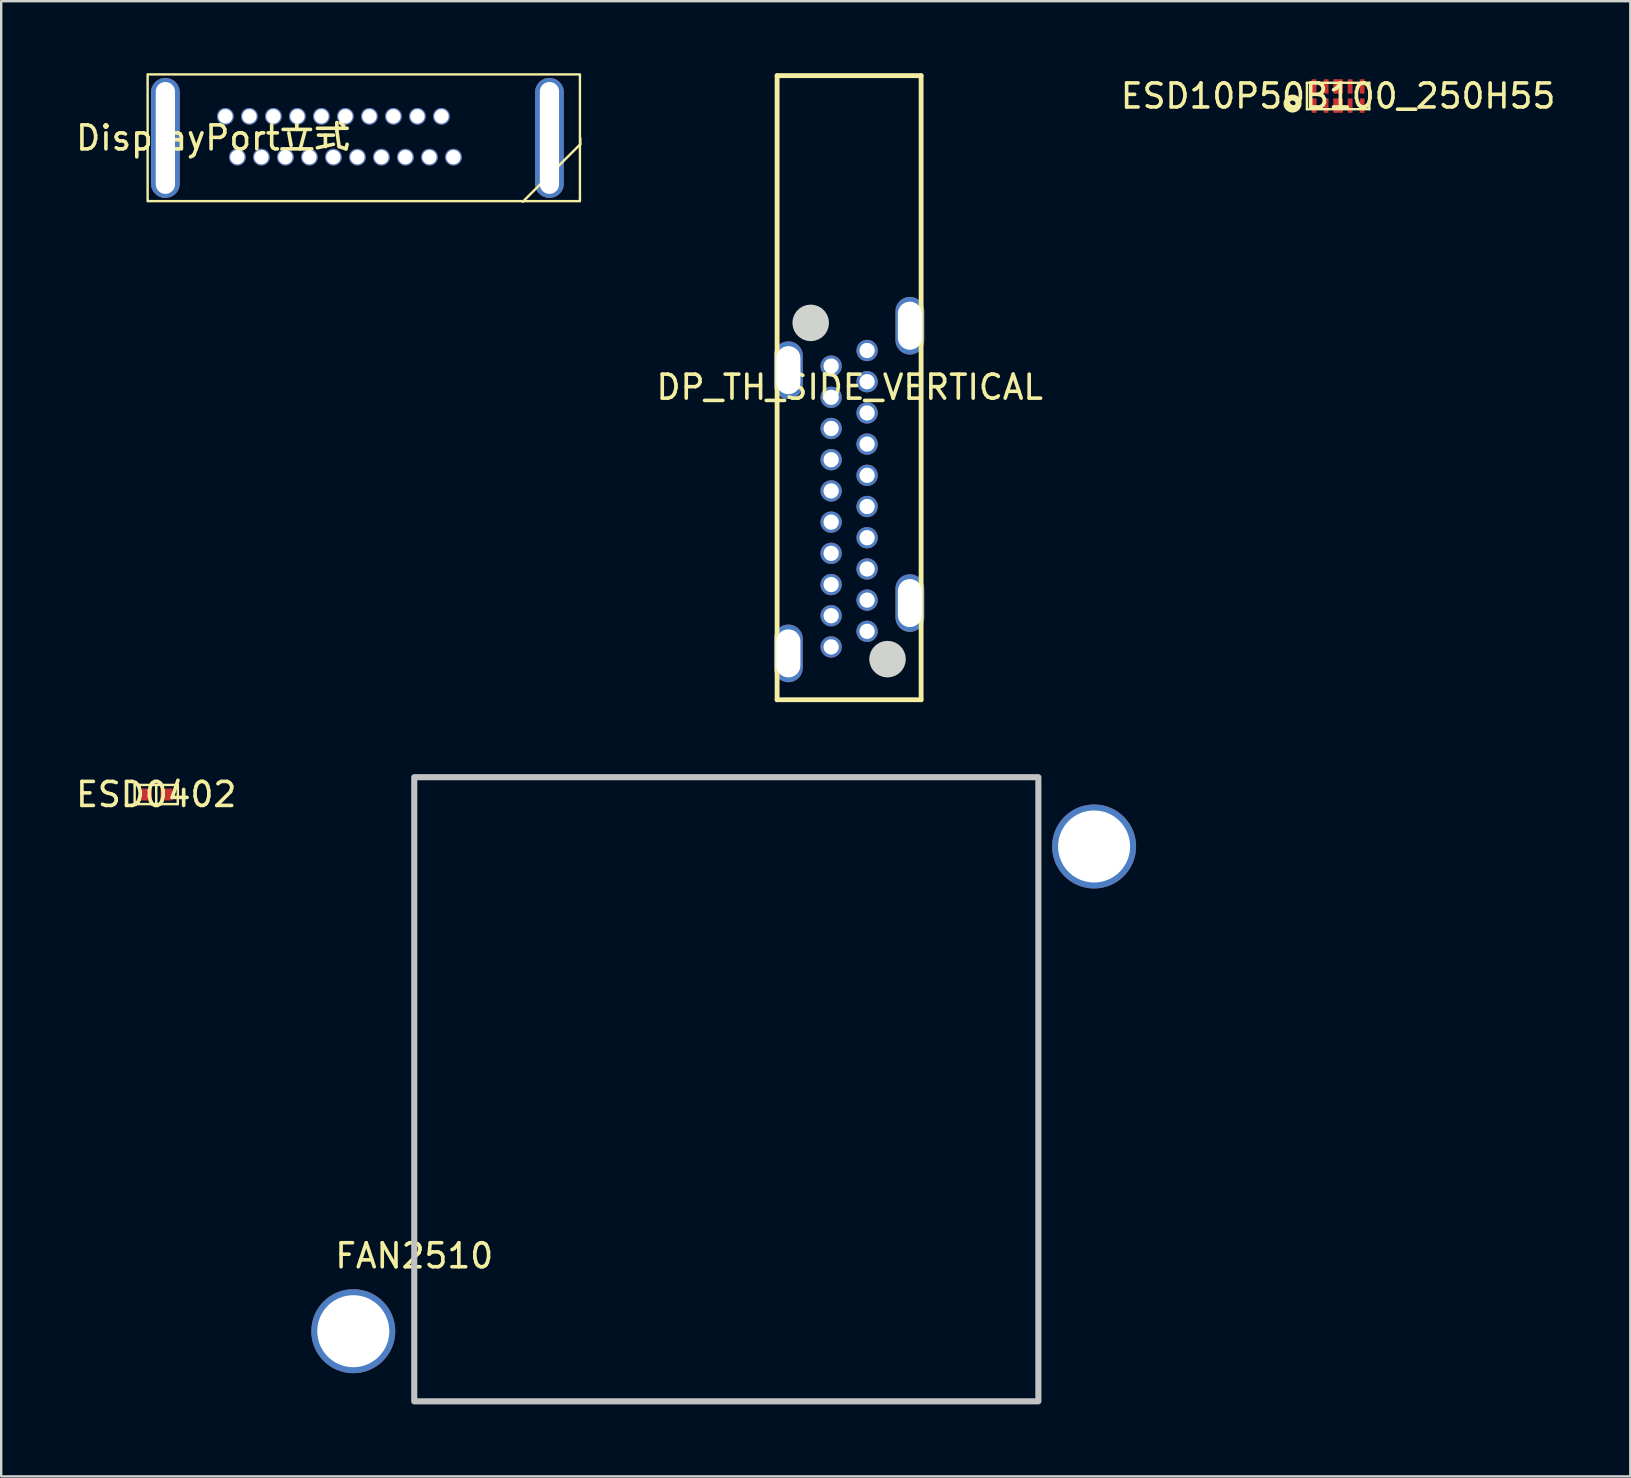
<source format=kicad_pcb>
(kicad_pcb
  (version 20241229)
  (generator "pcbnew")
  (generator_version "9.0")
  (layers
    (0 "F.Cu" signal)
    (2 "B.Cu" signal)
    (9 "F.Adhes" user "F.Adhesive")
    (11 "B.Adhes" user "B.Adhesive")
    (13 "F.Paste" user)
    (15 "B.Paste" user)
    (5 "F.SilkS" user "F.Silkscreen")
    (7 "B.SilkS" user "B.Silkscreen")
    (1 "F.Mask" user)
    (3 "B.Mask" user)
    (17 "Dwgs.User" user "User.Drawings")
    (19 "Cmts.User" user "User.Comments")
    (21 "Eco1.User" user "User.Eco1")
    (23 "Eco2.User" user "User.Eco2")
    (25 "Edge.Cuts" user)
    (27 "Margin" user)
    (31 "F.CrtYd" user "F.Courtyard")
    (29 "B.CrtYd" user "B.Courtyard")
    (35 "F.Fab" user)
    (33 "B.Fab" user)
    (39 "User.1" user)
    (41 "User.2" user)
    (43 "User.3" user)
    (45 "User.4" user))
  (footprint "FAN2510"
    (layer "F.Cu")
    (at 14.207 49.266)
    (property "Reference" "FAN2510" (at 0 0 0) (layer "F.SilkS") (effects (font (size 1 1) (thickness 0.15))))
    (fp_rect (start 0 -19.939) (end 26 6.061) (stroke (width 0.254) (type default)) (fill no) (layer "Dwgs.User"))
    (pad "1" thru_hole circle (at 28.321 -17.053) (size 3.5 3.5) (drill 3) (layers "*.Cu" "*.Mask"))
    (pad "2" thru_hole circle (at -2.54 3.14) (size 3.5 3.5) (drill 3) (layers "*.Cu" "*.Mask")))
  (footprint "ESD0402"
    (layer "F.Cu")
    (at 3.458 30.048)
    (property "Reference" "ESD0402" (at 0 0 0) (layer "F.SilkS") (effects (font (size 1 1) (thickness 0.15))))
    (fp_line (start -0.899 -0.399) (end 0.899 -0.399) (stroke (width 0.102) (type default)) (layer "F.SilkS"))
    (fp_line (start -0.899 0.399) (end -0.899 -0.399) (stroke (width 0.102) (type default)) (layer "F.SilkS"))
    (fp_line (start -0.899 0.399) (end 0.899 0.399) (stroke (width 0.102) (type default)) (layer "F.SilkS"))
    (fp_line (start 0 0.399) (end 0 -0.399) (stroke (width 0.102) (type default)) (layer "F.SilkS"))
    (fp_line (start 0.899 0.399) (end 0.899 -0.399) (stroke (width 0.102) (type default)) (layer "F.SilkS"))
    (fp_line (start -0.899 -0.399) (end 0.899 -0.399) (stroke (width 0.025) (type default)) (layer "User.1"))
    (fp_line (start -0.899 0.399) (end -0.899 -0.399) (stroke (width 0.025) (type default)) (layer "User.1"))
    (fp_line (start -0.899 0.399) (end 0.899 0.399) (stroke (width 0.025) (type default)) (layer "User.1"))
    (fp_line (start 0.899 0.399) (end 0.899 -0.399) (stroke (width 0.025) (type default)) (layer "User.1"))
    (fp_poly (pts (xy -0.899 0.399) (xy 0.899 0.399) (xy 0.899 -0.399) (xy -0.899 -0.399)) (stroke (width 0.1) (type default)) (fill no) (layer "User.1"))
    (fp_poly (pts (xy -0.899 0.399) (xy 0.899 0.399) (xy 0.899 -0.399) (xy -0.899 -0.399)) (stroke (width 0.1) (type default)) (fill no) (layer "User.1"))
    (pad "1" smd rect (at -0.424 0) (size 0.5 0.5) (layers "F.Cu" "F.Mask" "F.Paste"))
    (pad "2" smd rect (at 0.424 0) (size 0.5 0.5) (layers "F.Cu" "F.Mask" "F.Paste")))
  (footprint "DP_TH_SIDE_VERTICAL"
    (layer "F.Cu")
    (at 32.348 13.08)
    (property "Reference" "DP_TH_SIDE_VERTICAL" (at 0 0 0) (layer "F.SilkS") (effects (font (size 1 1) (thickness 0.15))))
    (fp_line (start -3.025 -12.979) (end 2.974 -12.979) (stroke (width 0.201) (type default)) (layer "F.SilkS"))
    (fp_line (start -3.025 13.02) (end -3.025 -12.979) (stroke (width 0.201) (type default)) (layer "F.SilkS"))
    (fp_line (start -3.025 13.02) (end 2.974 13.02) (stroke (width 0.201) (type default)) (layer "F.SilkS"))
    (fp_line (start 2.974 13.02) (end 2.974 -12.979) (stroke (width 0.201) (type default)) (layer "F.SilkS"))
    (fp_poly (pts (xy -0.864 -2.679) (xy -0.883 -2.849) (xy -0.939 -3.01) (xy -1.03 -3.155) (xy -1.15 -3.275) (xy -1.295 -3.366) (xy -1.456 -3.422) (xy -1.625 -3.442) (xy -1.795 -3.422) (xy -1.956 -3.366) (xy -2.101 -3.275) (xy -2.221 -3.155) (xy -2.312 -3.01) (xy -2.368 -2.849) (xy -2.388 -2.679) (xy -2.368 -2.51) (xy -2.312 -2.349) (xy -2.221 -2.204) (xy -2.101 -2.084) (xy -1.956 -1.993) (xy -1.795 -1.937) (xy -1.625 -1.917) (xy -1.456 -1.937) (xy -1.295 -1.993) (xy -1.15 -2.084) (xy -1.03 -2.204) (xy -0.939 -2.349) (xy -0.883 -2.51)) (stroke (width 0) (type default)) (fill yes) (layer "Edge.Cuts"))
    (fp_poly (pts (xy 2.337 11.329) (xy 2.318 11.159) (xy 2.262 10.998) (xy 2.171 10.853) (xy 2.05 10.733) (xy 1.906 10.642) (xy 1.745 10.586) (xy 1.575 10.566) (xy 1.405 10.586) (xy 1.244 10.642) (xy 1.1 10.733) (xy 0.979 10.853) (xy 0.888 10.998) (xy 0.832 11.159) (xy 0.813 11.329) (xy 0.832 11.498) (xy 0.888 11.659) (xy 0.979 11.804) (xy 1.1 11.924) (xy 1.244 12.015) (xy 1.405 12.071) (xy 1.575 12.091) (xy 1.745 12.071) (xy 1.906 12.015) (xy 2.05 11.924) (xy 2.171 11.804) (xy 2.262 11.659) (xy 2.318 11.498)) (stroke (width 0) (type default)) (fill yes) (layer "Edge.Cuts"))
    (pad "1" thru_hole circle (at -0.774 -0.879) (size 0.889 0.889) (drill 0.635) (layers "*.Cu" "*.Mask"))
    (pad "2" thru_hole circle (at 0.724 -1.529) (size 0.889 0.889) (drill 0.635) (layers "*.Cu" "*.Mask"))
    (pad "3" thru_hole circle (at -0.774 0.421) (size 0.889 0.889) (drill 0.635) (layers "*.Cu" "*.Mask"))
    (pad "4" thru_hole circle (at 0.724 -0.229) (size 0.889 0.889) (drill 0.635) (layers "*.Cu" "*.Mask"))
    (pad "5" thru_hole circle (at -0.774 1.72) (size 0.889 0.889) (drill 0.635) (layers "*.Cu" "*.Mask"))
    (pad "6" thru_hole circle (at 0.724 1.072) (size 0.889 0.889) (drill 0.635) (layers "*.Cu" "*.Mask"))
    (pad "7" thru_hole circle (at -0.774 3.02) (size 0.889 0.889) (drill 0.635) (layers "*.Cu" "*.Mask"))
    (pad "8" thru_hole circle (at 0.724 2.37) (size 0.889 0.889) (drill 0.635) (layers "*.Cu" "*.Mask"))
    (pad "9" thru_hole circle (at -0.774 4.321) (size 0.889 0.889) (drill 0.635) (layers "*.Cu" "*.Mask"))
    (pad "10" thru_hole circle (at 0.724 3.671) (size 0.889 0.889) (drill 0.635) (layers "*.Cu" "*.Mask"))
    (pad "11" thru_hole circle (at -0.774 5.621) (size 0.889 0.889) (drill 0.635) (layers "*.Cu" "*.Mask"))
    (pad "12" thru_hole circle (at 0.724 4.971) (size 0.889 0.889) (drill 0.635) (layers "*.Cu" "*.Mask"))
    (pad "13" thru_hole circle (at -0.774 6.921) (size 0.889 0.889) (drill 0.635) (layers "*.Cu" "*.Mask"))
    (pad "14" thru_hole circle (at 0.724 6.271) (size 0.889 0.889) (drill 0.635) (layers "*.Cu" "*.Mask"))
    (pad "15" thru_hole circle (at -0.774 8.222) (size 0.889 0.889) (drill 0.635) (layers "*.Cu" "*.Mask"))
    (pad "16" thru_hole circle (at 0.724 7.572) (size 0.889 0.889) (drill 0.635) (layers "*.Cu" "*.Mask"))
    (pad "17" thru_hole circle (at -0.774 9.52) (size 0.889 0.889) (drill 0.635) (layers "*.Cu" "*.Mask"))
    (pad "18" thru_hole circle (at 0.724 8.87) (size 0.889 0.889) (drill 0.635) (layers "*.Cu" "*.Mask"))
    (pad "19" thru_hole circle (at -0.774 10.82) (size 0.889 0.889) (drill 0.635) (layers "*.Cu" "*.Mask"))
    (pad "20" thru_hole circle (at 0.724 10.17) (size 0.889 0.889) (drill 0.635) (layers "*.Cu" "*.Mask"))
    (pad "21" thru_hole oval (at 2.505 -2.561) (size 1.199 2.401) (drill oval 1 2) (layers "*.Cu" "*.Mask"))
    (pad "22" thru_hole oval (at 2.505 8.992) (size 1.199 2.401) (drill oval 1 2) (layers "*.Cu" "*.Mask"))
    (pad "23" thru_hole oval (at -2.555 11.089) (size 1.199 2.401) (drill oval 1 2) (layers "*.Cu" "*.Mask"))
    (pad "24" thru_hole oval (at -2.555 -0.709) (size 1.199 2.401) (drill oval 1 2) (layers "*.Cu" "*.Mask")))
  (footprint "DisplayPort立式"
    (layer "F.Cu")
    (at 5.839 2.696)
    (property "Reference" "DisplayPort立式" (at 0 0 0) (layer "F.SilkS") (effects (font (size 1 1) (thickness 0.15))))
    (fp_line (start 12.889 2.658) (end 15.286 0.261) (stroke (width 0.1) (type default)) (layer "F.SilkS"))
    (fp_line (start 15.286 0.261) (end 15.286 0.019) (stroke (width 0.1) (type default)) (layer "F.SilkS"))
    (fp_rect (start -2.739 -2.647) (end 15.27 2.634) (stroke (width 0.1) (type default)) (fill no) (layer "F.SilkS"))
    (pad "0" thru_hole oval (at -2 0 180) (size 1.2 5) (drill oval 0.8 4.66) (layers "*.Cu" "*.Mask"))
    (pad "0" thru_hole oval (at 14 0 180) (size 1.2 5) (drill oval 0.8 4.66) (layers "*.Cu" "*.Mask"))
    (pad "1" thru_hole circle (at 0.5 -0.9) (size 0.7 0.7) (drill 0.6) (layers "*.Cu" "*.Mask"))
    (pad "2" thru_hole circle (at 1 0.8) (size 0.7 0.7) (drill 0.6) (layers "*.Cu" "*.Mask"))
    (pad "3" thru_hole circle (at 1.5 -0.9) (size 0.7 0.7) (drill 0.6) (layers "*.Cu" "*.Mask"))
    (pad "4" thru_hole circle (at 2 0.8) (size 0.7 0.7) (drill 0.6) (layers "*.Cu" "*.Mask"))
    (pad "5" thru_hole circle (at 2.5 -0.9) (size 0.7 0.7) (drill 0.6) (layers "*.Cu" "*.Mask"))
    (pad "6" thru_hole circle (at 3 0.8) (size 0.7 0.7) (drill 0.6) (layers "*.Cu" "*.Mask"))
    (pad "7" thru_hole circle (at 3.5 -0.9) (size 0.7 0.7) (drill 0.6) (layers "*.Cu" "*.Mask"))
    (pad "8" thru_hole circle (at 4 0.8) (size 0.7 0.7) (drill 0.6) (layers "*.Cu" "*.Mask"))
    (pad "9" thru_hole circle (at 4.5 -0.9) (size 0.7 0.7) (drill 0.6) (layers "*.Cu" "*.Mask"))
    (pad "10" thru_hole circle (at 5 0.8) (size 0.7 0.7) (drill 0.6) (layers "*.Cu" "*.Mask"))
    (pad "11" thru_hole circle (at 5.5 -0.9) (size 0.7 0.7) (drill 0.6) (layers "*.Cu" "*.Mask"))
    (pad "12" thru_hole circle (at 6 0.8) (size 0.7 0.7) (drill 0.6) (layers "*.Cu" "*.Mask"))
    (pad "13" thru_hole circle (at 6.5 -0.9) (size 0.7 0.7) (drill 0.6) (layers "*.Cu" "*.Mask"))
    (pad "14" thru_hole circle (at 7 0.8) (size 0.7 0.7) (drill 0.6) (layers "*.Cu" "*.Mask"))
    (pad "15" thru_hole circle (at 7.5 -0.9) (size 0.7 0.7) (drill 0.6) (layers "*.Cu" "*.Mask"))
    (pad "16" thru_hole circle (at 8 0.8) (size 0.7 0.7) (drill 0.6) (layers "*.Cu" "*.Mask"))
    (pad "17" thru_hole circle (at 8.5 -0.9) (size 0.7 0.7) (drill 0.6) (layers "*.Cu" "*.Mask"))
    (pad "18" thru_hole circle (at 9 0.8) (size 0.7 0.7) (drill 0.6) (layers "*.Cu" "*.Mask"))
    (pad "19" thru_hole circle (at 9.5 -0.9) (size 0.7 0.7) (drill 0.6) (layers "*.Cu" "*.Mask"))
    (pad "20" thru_hole circle (at 10 0.8) (size 0.7 0.7) (drill 0.6) (layers "*.Cu" "*.Mask")))
  (footprint "ESD10P50B100_250H55"
    (layer "F.Cu")
    (at 52.693 0.95)
    (property "Reference" "ESD10P50B100_250H55" (at 0 0 0) (layer "F.SilkS") (effects (font (size 1 1) (thickness 0.15))))
    (fp_line (start -1.3 -0.55) (end -1.3 0.55) (stroke (width 0.1) (type default)) (layer "F.SilkS"))
    (fp_line (start 1.3 -0.55) (end -1.3 -0.55) (stroke (width 0.1) (type default)) (layer "F.SilkS"))
    (fp_line (start 1.3 -0.55) (end 1.3 0.55) (stroke (width 0.1) (type default)) (layer "F.SilkS"))
    (fp_line (start 1.3 0.55) (end -1.3 0.55) (stroke (width 0.1) (type default)) (layer "F.SilkS"))
    (fp_circle (center -1.899 0.315) (end -1.649 0.315) (stroke (width 0.25) (type default)) (fill no) (layer "F.SilkS"))
    (fp_line (start -1.5 -0.9) (end -1.5 0.9) (stroke (width 0.025) (type default)) (layer "User.1"))
    (fp_line (start 1.5 -0.9) (end -1.5 -0.9) (stroke (width 0.025) (type default)) (layer "User.1"))
    (fp_line (start 1.5 -0.9) (end 1.5 0.9) (stroke (width 0.025) (type default)) (layer "User.1"))
    (fp_line (start 1.5 0.9) (end -1.5 0.9) (stroke (width 0.025) (type default)) (layer "User.1"))
    (fp_poly (pts (xy -1.3 -0.55) (xy -1.3 0.55) (xy 1.3 0.55) (xy 1.3 -0.55)) (stroke (width 0.1) (type default)) (fill no) (layer "User.1"))
    (fp_poly (pts (xy -1.3 -0.55) (xy -1.3 0.55) (xy 1.3 0.55) (xy 1.3 -0.55)) (stroke (width 0.1) (type default)) (fill no) (layer "User.1"))
    (fp_poly (pts (xy -1.5 0.9) (xy -1.5 -0.52) (xy -1.3 -0.52) (xy -1.3 0.55) (xy 1.3 0.55) (xy 1.3 -0.551) (xy -1.5 -0.551) (xy -1.5 -0.9) (xy 1.5 -0.9) (xy 1.5 0.9)) (stroke (width 0.1) (type default)) (fill no) (layer "User.1"))
    (fp_poly (pts (xy -1.5 0.9) (xy -1.5 -0.52) (xy -1.3 -0.52) (xy -1.3 0.55) (xy 1.3 0.55) (xy 1.3 -0.551) (xy -1.5 -0.551) (xy -1.5 -0.9) (xy 1.5 -0.9) (xy 1.5 0.9)) (stroke (width 0.1) (type default)) (fill no) (layer "User.1"))
    (pad "1" smd rect (at -1 0.4 180) (size 0.2 0.6) (layers "F.Cu" "F.Mask" "F.Paste"))
    (pad "2" smd rect (at -0.5 0.4 180) (size 0.2 0.6) (layers "F.Cu" "F.Mask" "F.Paste"))
    (pad "3" smd rect (at 0 0.4 180) (size 0.4 0.6) (layers "F.Cu" "F.Mask" "F.Paste"))
    (pad "4" smd rect (at 0.5 0.4 180) (size 0.2 0.6) (layers "F.Cu" "F.Mask" "F.Paste"))
    (pad "5" smd rect (at 1 0.4 180) (size 0.2 0.6) (layers "F.Cu" "F.Mask" "F.Paste"))
    (pad "6" smd rect (at 1 -0.4 180) (size 0.2 0.6) (layers "F.Cu" "F.Mask" "F.Paste"))
    (pad "7" smd rect (at 0.5 -0.4 180) (size 0.2 0.6) (layers "F.Cu" "F.Mask" "F.Paste"))
    (pad "8" smd rect (at 0 -0.4 180) (size 0.4 0.6) (layers "F.Cu" "F.Mask" "F.Paste"))
    (pad "9" smd rect (at -0.5 -0.4 180) (size 0.2 0.6) (layers "F.Cu" "F.Mask" "F.Paste"))
    (pad "10" smd rect (at -1 -0.4 180) (size 0.2 0.6) (layers "F.Cu" "F.Mask" "F.Paste")))
  (gr_rect
    (start -3 -3)
    (end 64.866 58.454)
    (stroke (width 0.1) (type default))
    (fill no)
    (layer "Edge.Cuts")))
</source>
